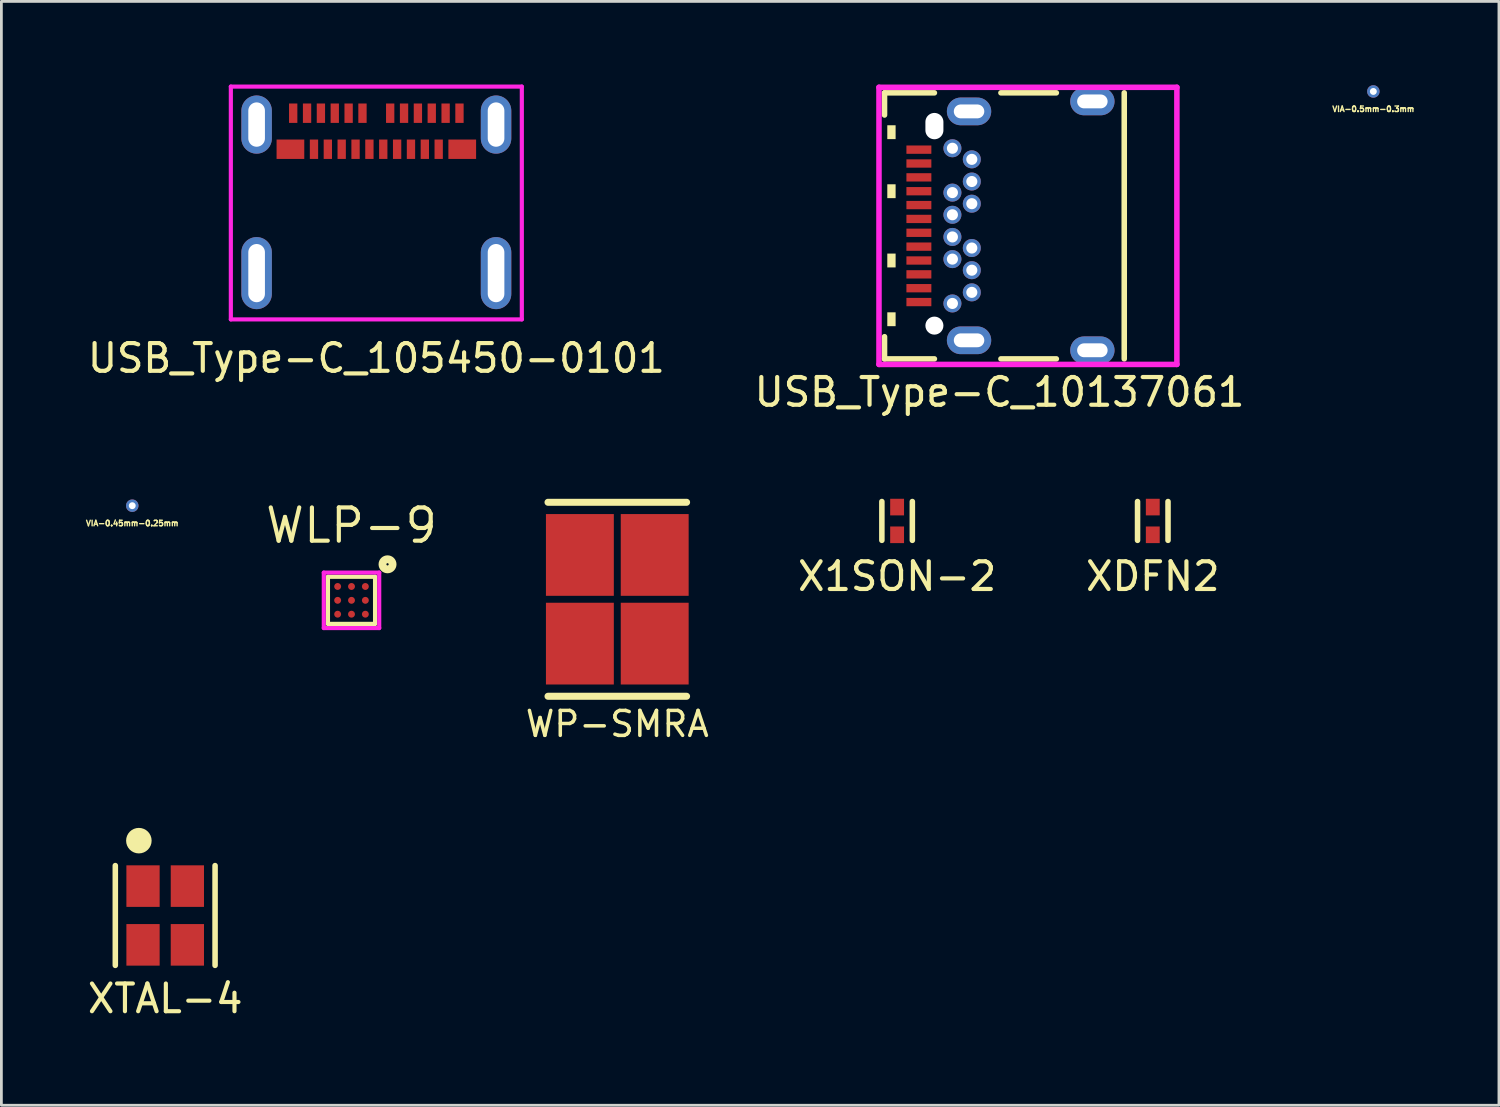
<source format=kicad_pcb>
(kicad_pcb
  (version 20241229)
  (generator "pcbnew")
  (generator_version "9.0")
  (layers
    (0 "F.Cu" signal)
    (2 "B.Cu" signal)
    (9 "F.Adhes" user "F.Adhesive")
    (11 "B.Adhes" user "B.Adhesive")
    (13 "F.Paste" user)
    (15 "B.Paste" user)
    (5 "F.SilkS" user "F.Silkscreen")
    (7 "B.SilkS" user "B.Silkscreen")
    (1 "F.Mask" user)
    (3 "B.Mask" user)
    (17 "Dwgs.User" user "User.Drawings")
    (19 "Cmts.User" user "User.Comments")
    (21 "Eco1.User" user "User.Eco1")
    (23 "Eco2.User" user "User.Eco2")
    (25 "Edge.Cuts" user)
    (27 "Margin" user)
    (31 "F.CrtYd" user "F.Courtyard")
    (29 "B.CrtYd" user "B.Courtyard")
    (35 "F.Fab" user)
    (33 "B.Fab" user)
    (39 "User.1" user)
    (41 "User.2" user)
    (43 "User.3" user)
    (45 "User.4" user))
  (footprint "WP-SMRA"
    (layer "F.Cu")
    (at 19.225 18.575)
    (property "Reference" "WP-SMRA" (at 0 4.5 0) (layer "F.SilkS") (effects (font (size 0.9 0.9) (thickness 0.127))))
    (attr smd)
    (fp_line (start -2.5 -3.5) (end 2.5 -3.5) (stroke (width 0.254) (type solid)) (layer "F.SilkS"))
    (fp_line (start -2.5 3.5) (end 2.5 3.5) (stroke (width 0.254) (type solid)) (layer "F.SilkS"))
    (pad "1" smd rect (at -1.35 -1.6 90) (size 2.95 2.45) (layers "F.Cu" "F.Mask" "F.Paste"))
    (pad "1" smd rect (at -1.35 1.6 90) (size 2.95 2.45) (layers "F.Cu" "F.Mask" "F.Paste"))
    (pad "1" smd rect (at 1.35 -1.6 90) (size 2.95 2.45) (layers "F.Cu" "F.Mask" "F.Paste"))
    (pad "1" smd rect (at 1.35 1.6 90) (size 2.95 2.45) (layers "F.Cu" "F.Mask" "F.Paste")))
  (footprint "X1SON-2"
    (layer "F.Cu")
    (at 29.322 15.748)
    (property "Reference" "X1SON-2" (at 0 2 0) (layer "F.SilkS") (effects (font (size 1 1) (thickness 0.15))))
    (attr smd)
    (fp_line (start -0.55 0.7) (end -0.55 -0.7) (stroke (width 0.2) (type solid)) (layer "F.SilkS"))
    (fp_line (start 0.55 -0.7) (end 0.55 0.7) (stroke (width 0.2) (type solid)) (layer "F.SilkS"))
    (pad "1" smd rect (at 0 0.5 90) (size 0.6 0.5) (layers "F.Cu" "F.Mask" "F.Paste"))
    (pad "2" smd rect (at 0 -0.5 90) (size 0.6 0.5) (layers "F.Cu" "F.Mask" "F.Paste")))
  (footprint "USB_Type-C_10137061"
    (layer "F.Cu")
    (at 33.018 5.1)
    (property "Reference" "USB_Type-C_10137061" (at 0 6 180) (layer "F.SilkS") (effects (font (size 1 1) (thickness 0.15))))
    (attr smd)
    (fp_line (start -4.15 -4.8) (end -2.35 -4.8) (stroke (width 0.2) (type solid)) (layer "F.SilkS"))
    (fp_line (start -4.15 -4) (end -4.15 -4.8) (stroke (width 0.2) (type solid)) (layer "F.SilkS"))
    (fp_line (start -4.15 4.8) (end -4.15 4) (stroke (width 0.2) (type solid)) (layer "F.SilkS"))
    (fp_line (start -2.35 4.8) (end -4.15 4.8) (stroke (width 0.2) (type solid)) (layer "F.SilkS"))
    (fp_line (start 0.05 -4.8) (end 2.05 -4.8) (stroke (width 0.2) (type solid)) (layer "F.SilkS"))
    (fp_line (start 0.05 4.8) (end 2.05 4.8) (stroke (width 0.2) (type solid)) (layer "F.SilkS"))
    (fp_line (start 4.5 4.8) (end 4.5 -4.8) (stroke (width 0.2) (type solid)) (layer "F.SilkS"))
    (fp_line (start -4.35 -5) (end 6.4 -5) (stroke (width 0.2) (type solid)) (layer "F.CrtYd"))
    (fp_line (start -4.35 5) (end -4.35 -5) (stroke (width 0.2) (type solid)) (layer "F.CrtYd"))
    (fp_line (start -4.35 5) (end 6.4 5) (stroke (width 0.2) (type solid)) (layer "F.CrtYd"))
    (fp_line (start 6.4 5) (end 6.4 -5) (stroke (width 0.2) (type solid)) (layer "F.CrtYd"))
    (pad "" smd rect (at -3.9 -3.38 90) (size 0.5 0.3) (layers "F.SilkS"))
    (pad "" smd rect (at -3.9 -1.25 90) (size 0.5 0.3) (layers "F.SilkS"))
    (pad "" smd rect (at -3.9 1.25 90) (size 0.5 0.3) (layers "F.SilkS"))
    (pad "" smd rect (at -3.9 3.37 90) (size 0.5 0.3) (layers "F.SilkS"))
    (pad "" np_thru_hole oval (at -2.35 -3.6 90) (size 0.95 0.65) (drill oval 0.95 0.65) (layers "*.Cu" "*.Mask"))
    (pad "" np_thru_hole circle (at -2.35 3.6 90) (size 0.65 0.65) (drill 0.65) (layers "*.Cu" "*.Mask"))
    (pad "A1" smd rect (at -2.91 2.75 90) (size 0.3 0.9) (layers "F.Cu" "F.Mask" "F.Paste"))
    (pad "A2" smd rect (at -2.91 2.25 90) (size 0.3 0.9) (layers "F.Cu" "F.Mask" "F.Paste"))
    (pad "A3" smd rect (at -2.91 1.75 90) (size 0.3 0.9) (layers "F.Cu" "F.Mask" "F.Paste"))
    (pad "A4" smd rect (at -2.91 1.25 90) (size 0.3 0.9) (layers "F.Cu" "F.Mask" "F.Paste"))
    (pad "A5" smd rect (at -2.91 0.75 90) (size 0.3 0.9) (layers "F.Cu" "F.Mask" "F.Paste"))
    (pad "A6" smd rect (at -2.91 0.25 90) (size 0.3 0.9) (layers "F.Cu" "F.Mask" "F.Paste"))
    (pad "A7" smd rect (at -2.91 -0.25 90) (size 0.3 0.9) (layers "F.Cu" "F.Mask" "F.Paste"))
    (pad "A8" smd rect (at -2.91 -0.75 90) (size 0.3 0.9) (layers "F.Cu" "F.Mask" "F.Paste"))
    (pad "A9" smd rect (at -2.91 -1.25 90) (size 0.3 0.9) (layers "F.Cu" "F.Mask" "F.Paste"))
    (pad "A10" smd rect (at -2.91 -1.75 90) (size 0.3 0.9) (layers "F.Cu" "F.Mask" "F.Paste"))
    (pad "A11" smd rect (at -2.91 -2.25 90) (size 0.3 0.9) (layers "F.Cu" "F.Mask" "F.Paste"))
    (pad "A12" smd rect (at -2.91 -2.75 90) (size 0.3 0.9) (layers "F.Cu" "F.Mask" "F.Paste"))
    (pad "B1" thru_hole circle (at -1.7 -2.8 90) (size 0.65 0.65) (drill 0.4) (layers "*.Cu" "*.Mask"))
    (pad "B2" thru_hole circle (at -1 -2.4 90) (size 0.65 0.65) (drill 0.4) (layers "*.Cu" "*.Mask"))
    (pad "B3" thru_hole circle (at -1 -1.6 90) (size 0.65 0.65) (drill 0.4) (layers "*.Cu" "*.Mask"))
    (pad "B4" thru_hole circle (at -1.7 -1.2 90) (size 0.65 0.65) (drill 0.4) (layers "*.Cu" "*.Mask"))
    (pad "B5" thru_hole circle (at -1 -0.8 90) (size 0.65 0.65) (drill 0.4) (layers "*.Cu" "*.Mask"))
    (pad "B6" thru_hole circle (at -1.7 -0.4 90) (size 0.65 0.65) (drill 0.4) (layers "*.Cu" "*.Mask"))
    (pad "B7" thru_hole circle (at -1.7 0.4 90) (size 0.65 0.65) (drill 0.4) (layers "*.Cu" "*.Mask"))
    (pad "B8" thru_hole circle (at -1 0.8 90) (size 0.65 0.65) (drill 0.4) (layers "*.Cu" "*.Mask"))
    (pad "B9" thru_hole circle (at -1.7 1.2 90) (size 0.65 0.65) (drill 0.4) (layers "*.Cu" "*.Mask"))
    (pad "B10" thru_hole circle (at -1 1.6 90) (size 0.65 0.65) (drill 0.4) (layers "*.Cu" "*.Mask"))
    (pad "B11" thru_hole circle (at -1 2.4 90) (size 0.65 0.65) (drill 0.4) (layers "*.Cu" "*.Mask"))
    (pad "B12" thru_hole circle (at -1.7 2.8 90) (size 0.65 0.65) (drill 0.4) (layers "*.Cu" "*.Mask"))
    (pad "S1" thru_hole oval (at -1.1 4.13 90) (size 1 1.6) (drill oval 0.5 1.1) (layers "*.Cu" "*.Mask"))
    (pad "S2" thru_hole oval (at 3.35 4.49 90) (size 1 1.6) (drill oval 0.5 1.1) (layers "*.Cu" "*.Mask"))
    (pad "S3" thru_hole oval (at 3.35 -4.49 90) (size 1 1.6) (drill oval 0.5 1.1) (layers "*.Cu" "*.Mask"))
    (pad "S4" thru_hole oval (at -1.1 -4.13 90) (size 1 1.6) (drill oval 0.5 1.1) (layers "*.Cu" "*.Mask")))
  (footprint "VIA-0.5mm-0.3mm"
    (layer "F.Cu")
    (at 46.507 0.25)
    (property "Reference" "VIA-0.5mm-0.3mm" (at 0 0.635 0) (layer "F.SilkS") (effects (font (size 0.2 0.2) (thickness 0.05))))
    (attr through_hole)
    (pad "1" thru_hole circle (at 0 0) (size 0.45 0.45) (drill 0.25) (layers "*.Cu")))
  (footprint "XDFN2"
    (layer "F.Cu")
    (at 38.548 15.748)
    (property "Reference" "XDFN2" (at 0 2 0) (layer "F.SilkS") (effects (font (size 1 1) (thickness 0.15))))
    (attr through_hole)
    (fp_line (start -0.55 0.7) (end -0.55 -0.7) (stroke (width 0.2) (type solid)) (layer "F.SilkS"))
    (fp_line (start 0.55 -0.7) (end 0.55 0.7) (stroke (width 0.2) (type solid)) (layer "F.SilkS"))
    (pad "1" smd rect (at 0 0.5 90) (size 0.6 0.5) (layers "F.Cu" "F.Mask" "F.Paste"))
    (pad "2" smd rect (at 0 -0.5 90) (size 0.6 0.5) (layers "F.Cu" "F.Mask" "F.Paste")))
  (footprint "WLP-9"
    (layer "F.Cu")
    (at 9.634 18.613)
    (property "Reference" "WLP-9" (at 0 -2.7 0) (layer "F.SilkS") (effects (font (size 1.2 1.2) (thickness 0.15))))
    (attr smd)
    (fp_line (start -0.85 -0.85) (end -0.85 0.85) (stroke (width 0.15) (type solid)) (layer "F.SilkS"))
    (fp_line (start -0.85 0.85) (end 0.85 0.85) (stroke (width 0.15) (type solid)) (layer "F.SilkS"))
    (fp_line (start 0.85 -0.85) (end -0.85 -0.85) (stroke (width 0.15) (type solid)) (layer "F.SilkS"))
    (fp_line (start 0.85 0.85) (end 0.85 -0.85) (stroke (width 0.15) (type solid)) (layer "F.SilkS"))
    (fp_circle (center 1.3 -1.3) (end 1.2 -1.2) (stroke (width 0.2) (type solid)) (fill no) (layer "F.SilkS"))
    (fp_circle (center 1.3 -1.3) (end 1.2 -1.1) (stroke (width 0.2) (type solid)) (fill no) (layer "F.SilkS"))
    (fp_line (start -1 -1) (end 1 -1) (stroke (width 0.15) (type solid)) (layer "F.CrtYd"))
    (fp_line (start -1 1) (end -1 -1) (stroke (width 0.15) (type solid)) (layer "F.CrtYd"))
    (fp_line (start 1 -1) (end 1 1) (stroke (width 0.15) (type solid)) (layer "F.CrtYd"))
    (fp_line (start 1 1) (end -1 1) (stroke (width 0.15) (type solid)) (layer "F.CrtYd"))
    (pad "A1" smd circle (at 0.5 -0.5 270) (size 0.25 0.25) (layers "F.Cu" "F.Mask" "F.Paste"))
    (pad "A2" smd circle (at 0.5 0 270) (size 0.25 0.25) (layers "F.Cu" "F.Mask" "F.Paste"))
    (pad "A3" smd circle (at 0.5 0.5 270) (size 0.25 0.25) (layers "F.Cu" "F.Mask" "F.Paste"))
    (pad "B1" smd circle (at 0 -0.5 270) (size 0.25 0.25) (layers "F.Cu" "F.Mask" "F.Paste"))
    (pad "B2" smd circle (at 0 0 270) (size 0.25 0.25) (layers "F.Cu" "F.Mask" "F.Paste"))
    (pad "B3" smd circle (at 0 0.5 270) (size 0.25 0.25) (layers "F.Cu" "F.Mask" "F.Paste"))
    (pad "C1" smd circle (at -0.5 -0.5 270) (size 0.25 0.25) (layers "F.Cu" "F.Mask" "F.Paste"))
    (pad "C2" smd circle (at -0.5 0 270) (size 0.25 0.25) (layers "F.Cu" "F.Mask" "F.Paste"))
    (pad "C3" smd circle (at -0.5 0.5 270) (size 0.25 0.25) (layers "F.Cu" "F.Mask" "F.Paste")))
  (footprint "VIA-0.45mm-0.25mm"
    (layer "F.Cu")
    (at 1.722 15.198)
    (property "Reference" "VIA-0.45mm-0.25mm" (at 0 0.635 0) (layer "F.SilkS") (effects (font (size 0.2 0.2) (thickness 0.05))))
    (attr through_hole)
    (pad "1" thru_hole circle (at 0 0) (size 0.45 0.45) (drill 0.25) (layers "*.Cu")))
  (footprint "XTAL-4"
    (layer "F.Cu")
    (at 2.911 29.985)
    (property "Reference" "XTAL-4" (at 0 3 0) (layer "F.SilkS") (effects (font (size 1 1) (thickness 0.15))))
    (attr smd)
    (fp_line (start -1.8 1.8) (end -1.8 -1.8) (stroke (width 0.2) (type solid)) (layer "F.SilkS"))
    (fp_line (start 1.8 1.8) (end 1.8 -1.8) (stroke (width 0.2) (type solid)) (layer "F.SilkS"))
    (fp_circle (center -0.95 -2.7) (end -1.15 -3) (stroke (width 0.2) (type solid)) (fill no) (layer "F.SilkS"))
    (fp_circle (center -0.95 -2.7) (end -1.05 -2.9) (stroke (width 0.2) (type solid)) (fill no) (layer "F.SilkS"))
    (fp_circle (center -0.95 -2.7) (end -0.95 -2.8) (stroke (width 0.2) (type solid)) (fill no) (layer "F.SilkS"))
    (pad "1" smd rect (at -0.8 -1.06 180) (size 1.2 1.5) (layers "F.Cu" "F.Mask" "F.Paste"))
    (pad "2" smd rect (at -0.8 1.06 180) (size 1.2 1.5) (layers "F.Cu" "F.Mask" "F.Paste"))
    (pad "3" smd rect (at 0.8 1.06 180) (size 1.2 1.5) (layers "F.Cu" "F.Mask" "F.Paste"))
    (pad "4" smd rect (at 0.8 -1.06 180) (size 1.2 1.5) (layers "F.Cu" "F.Mask" "F.Paste")))
  (footprint "USB_Type-C_105450-0101"
    (layer "F.Cu")
    (at 10.53 8.575)
    (property "Reference" "USB_Type-C_105450-0101" (at 0 1.3 0) (layer "F.SilkS") (effects (font (size 1 1) (thickness 0.15))))
    (attr through_hole)
    (fp_line (start -5.25 -8.5) (end 5.25 -8.5) (stroke (width 0.15) (type solid)) (layer "F.CrtYd"))
    (fp_line (start -5.25 -0.1) (end -5.25 -8.5) (stroke (width 0.15) (type solid)) (layer "F.CrtYd"))
    (fp_line (start 5.25 -8.5) (end 5.25 -0.1) (stroke (width 0.15) (type solid)) (layer "F.CrtYd"))
    (fp_line (start 5.25 -0.1) (end -5.25 -0.1) (stroke (width 0.15) (type solid)) (layer "F.CrtYd"))
    (pad "A1" smd rect (at -3 -7.54) (size 0.3 0.7) (layers "F.Cu" "F.Mask" "F.Paste"))
    (pad "A2" smd rect (at -2.5 -7.54) (size 0.3 0.7) (layers "F.Cu" "F.Mask" "F.Paste"))
    (pad "A3" smd rect (at -2 -7.54) (size 0.3 0.7) (layers "F.Cu" "F.Mask" "F.Paste"))
    (pad "A4" smd rect (at -1.5 -7.54) (size 0.3 0.7) (layers "F.Cu" "F.Mask" "F.Paste"))
    (pad "A5" smd rect (at -1 -7.54) (size 0.3 0.7) (layers "F.Cu" "F.Mask" "F.Paste"))
    (pad "A6" smd rect (at -0.5 -7.54) (size 0.3 0.7) (layers "F.Cu" "F.Mask" "F.Paste"))
    (pad "A7" smd rect (at 0.5 -7.54) (size 0.3 0.7) (layers "F.Cu" "F.Mask" "F.Paste"))
    (pad "A8" smd rect (at 1 -7.54) (size 0.3 0.7) (layers "F.Cu" "F.Mask" "F.Paste"))
    (pad "A9" smd rect (at 1.5 -7.54) (size 0.3 0.7) (layers "F.Cu" "F.Mask" "F.Paste"))
    (pad "A10" smd rect (at 2 -7.54) (size 0.3 0.7) (layers "F.Cu" "F.Mask" "F.Paste"))
    (pad "A11" smd rect (at 2.5 -7.54) (size 0.3 0.7) (layers "F.Cu" "F.Mask" "F.Paste"))
    (pad "A12" smd rect (at 3 -7.54) (size 0.3 0.7) (layers "F.Cu" "F.Mask" "F.Paste"))
    (pad "B1" smd rect (at 3.1 -6.24) (size 1 0.7) (layers "F.Cu" "F.Mask" "F.Paste"))
    (pad "B2" smd rect (at 2.25 -6.24) (size 0.3 0.7) (layers "F.Cu" "F.Mask" "F.Paste"))
    (pad "B3" smd rect (at 1.75 -6.24) (size 0.3 0.7) (layers "F.Cu" "F.Mask" "F.Paste"))
    (pad "B4" smd rect (at 1.25 -6.24) (size 0.3 0.7) (layers "F.Cu" "F.Mask" "F.Paste"))
    (pad "B5" smd rect (at 0.75 -6.24) (size 0.3 0.7) (layers "F.Cu" "F.Mask" "F.Paste"))
    (pad "B6" smd rect (at 0.25 -6.24) (size 0.3 0.7) (layers "F.Cu" "F.Mask" "F.Paste"))
    (pad "B7" smd rect (at -0.25 -6.24) (size 0.3 0.7) (layers "F.Cu" "F.Mask" "F.Paste"))
    (pad "B8" smd rect (at -0.75 -6.24) (size 0.3 0.7) (layers "F.Cu" "F.Mask" "F.Paste"))
    (pad "B9" smd rect (at -1.25 -6.24) (size 0.3 0.7) (layers "F.Cu" "F.Mask" "F.Paste"))
    (pad "B10" smd rect (at -1.75 -6.24) (size 0.3 0.7) (layers "F.Cu" "F.Mask" "F.Paste"))
    (pad "B11" smd rect (at -2.25 -6.24) (size 0.3 0.7) (layers "F.Cu" "F.Mask" "F.Paste"))
    (pad "B12" smd rect (at -3.1 -6.24) (size 1 0.7) (layers "F.Cu" "F.Mask" "F.Paste"))
    (pad "S1" thru_hole oval (at -4.32 -1.77) (size 1.1 2.6) (drill oval 0.6 2.1) (layers "*.Cu" "*.Mask"))
    (pad "S2" thru_hole oval (at 4.32 -1.77) (size 1.1 2.6) (drill oval 0.6 2.1) (layers "*.Cu" "*.Mask"))
    (pad "S3" thru_hole oval (at 4.32 -7.13) (size 1.1 2.1) (drill oval 0.6 1.6) (layers "*.Cu" "*.Mask"))
    (pad "S4" thru_hole oval (at -4.32 -7.13) (size 1.1 2.1) (drill oval 0.6 1.6) (layers "*.Cu" "*.Mask")))
  (gr_rect
    (start -3 -3)
    (end 51.039 36.833)
    (stroke (width 0.1) (type default))
    (fill no)
    (layer "Edge.Cuts")))
</source>
